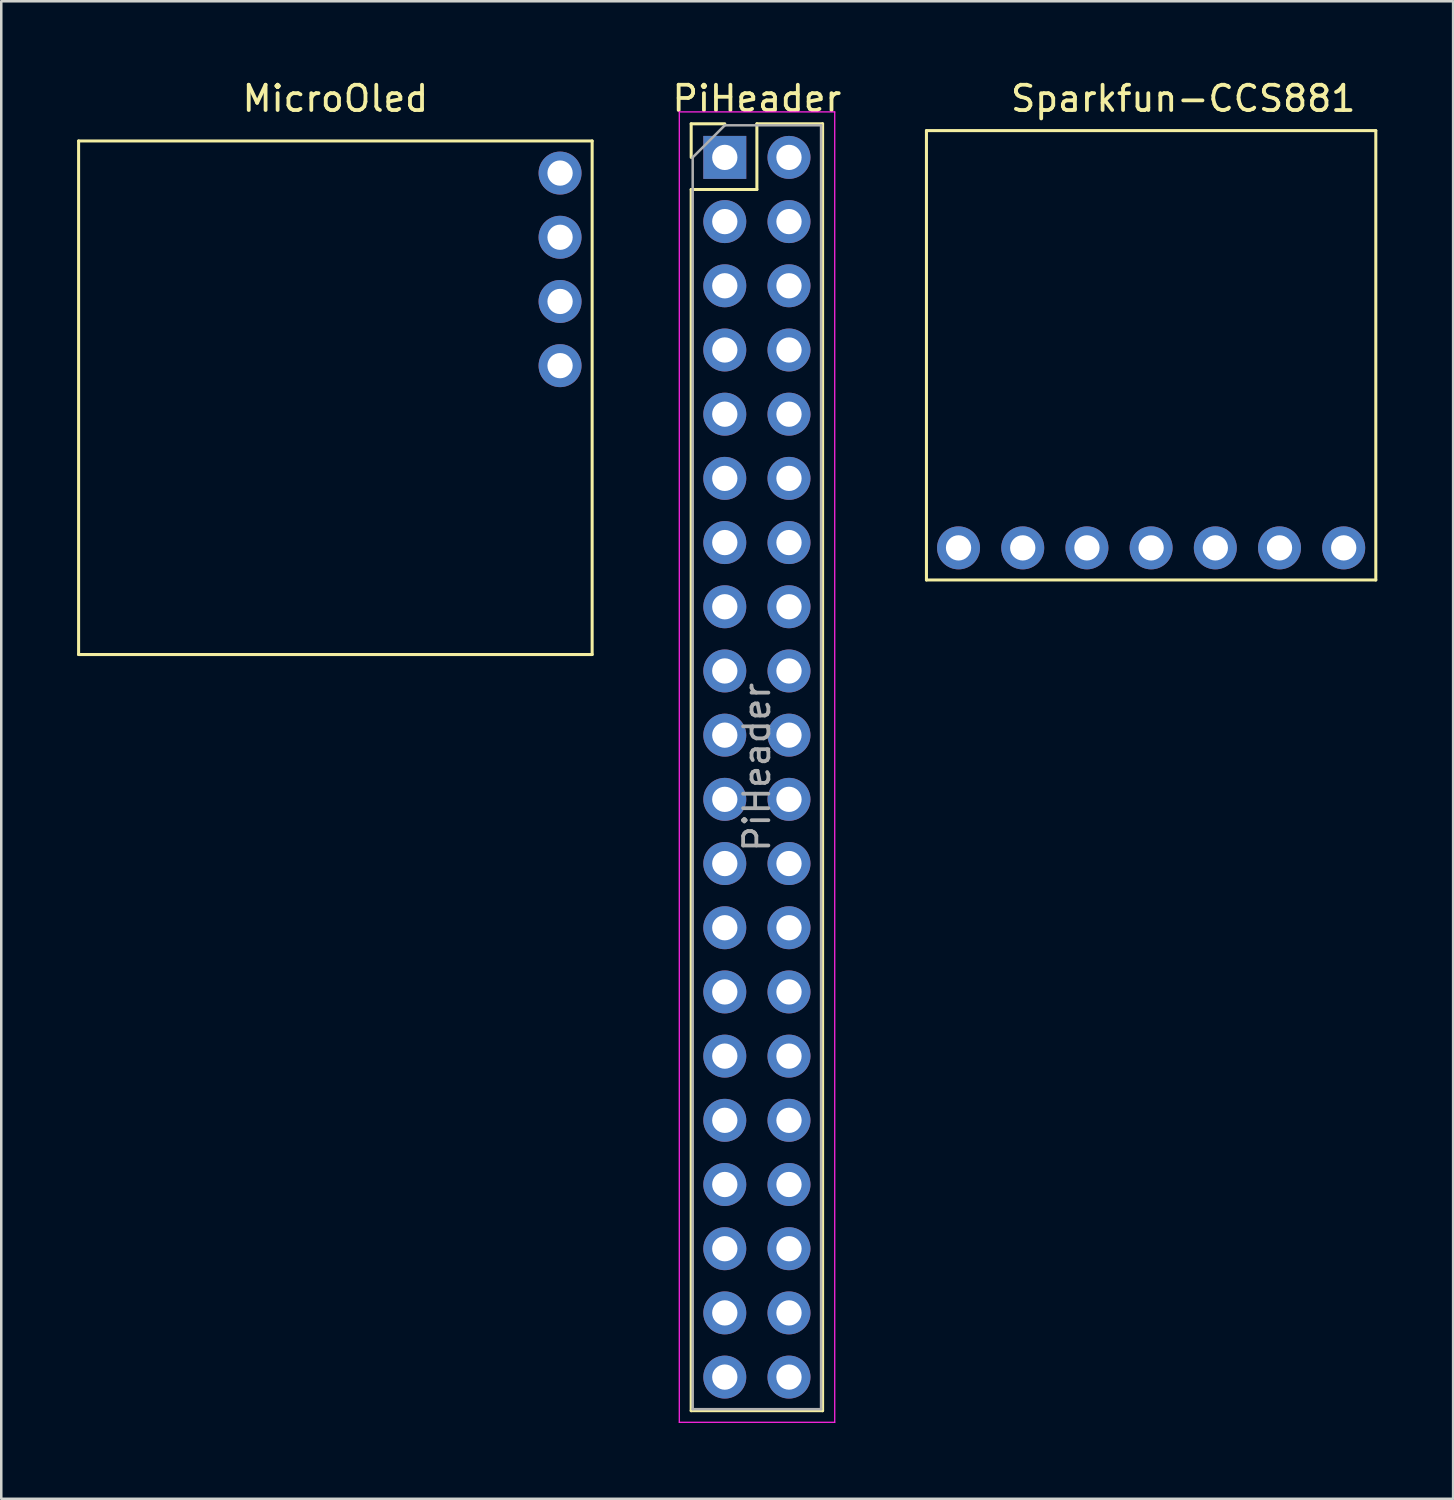
<source format=kicad_pcb>
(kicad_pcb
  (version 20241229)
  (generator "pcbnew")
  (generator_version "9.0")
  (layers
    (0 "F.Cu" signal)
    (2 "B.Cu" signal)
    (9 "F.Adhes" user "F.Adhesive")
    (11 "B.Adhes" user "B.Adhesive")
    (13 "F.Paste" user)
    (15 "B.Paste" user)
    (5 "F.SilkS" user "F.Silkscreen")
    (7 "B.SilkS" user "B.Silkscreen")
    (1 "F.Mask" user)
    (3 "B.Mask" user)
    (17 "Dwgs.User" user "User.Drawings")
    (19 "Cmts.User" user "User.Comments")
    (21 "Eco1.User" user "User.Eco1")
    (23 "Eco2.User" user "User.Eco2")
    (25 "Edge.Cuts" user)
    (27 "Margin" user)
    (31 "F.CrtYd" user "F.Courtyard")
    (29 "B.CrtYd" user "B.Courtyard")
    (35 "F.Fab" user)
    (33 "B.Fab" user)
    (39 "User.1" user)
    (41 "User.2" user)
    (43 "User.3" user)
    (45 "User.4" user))
  (footprint "PiHeader"
    (layer "F.Cu")
    (at 25.628 3.178)
    (property "Reference" "PiHeader" (at 1.27 -2.33 0) (layer "F.SilkS") (effects (font (size 1 1) (thickness 0.15))))
    (attr through_hole)
    (fp_line (start -1.33 -1.33) (end 0 -1.33) (stroke (width 0.12) (type solid)) (layer "F.SilkS"))
    (fp_line (start -1.33 0) (end -1.33 -1.33) (stroke (width 0.12) (type solid)) (layer "F.SilkS"))
    (fp_line (start -1.33 1.27) (end -1.33 49.59) (stroke (width 0.12) (type solid)) (layer "F.SilkS"))
    (fp_line (start -1.33 1.27) (end 1.27 1.27) (stroke (width 0.12) (type solid)) (layer "F.SilkS"))
    (fp_line (start -1.33 49.59) (end 3.87 49.59) (stroke (width 0.12) (type solid)) (layer "F.SilkS"))
    (fp_line (start 1.27 -1.33) (end 3.87 -1.33) (stroke (width 0.12) (type solid)) (layer "F.SilkS"))
    (fp_line (start 1.27 1.27) (end 1.27 -1.33) (stroke (width 0.12) (type solid)) (layer "F.SilkS"))
    (fp_line (start 3.87 -1.33) (end 3.87 49.59) (stroke (width 0.12) (type solid)) (layer "F.SilkS"))
    (fp_line (start -1.8 -1.8) (end -1.8 50.05) (stroke (width 0.05) (type solid)) (layer "F.CrtYd"))
    (fp_line (start -1.8 50.05) (end 4.35 50.05) (stroke (width 0.05) (type solid)) (layer "F.CrtYd"))
    (fp_line (start 4.35 -1.8) (end -1.8 -1.8) (stroke (width 0.05) (type solid)) (layer "F.CrtYd"))
    (fp_line (start 4.35 50.05) (end 4.35 -1.8) (stroke (width 0.05) (type solid)) (layer "F.CrtYd"))
    (fp_line (start -1.27 0) (end 0 -1.27) (stroke (width 0.1) (type solid)) (layer "F.Fab"))
    (fp_line (start -1.27 49.53) (end -1.27 0) (stroke (width 0.1) (type solid)) (layer "F.Fab"))
    (fp_line (start 0 -1.27) (end 3.81 -1.27) (stroke (width 0.1) (type solid)) (layer "F.Fab"))
    (fp_line (start 3.81 -1.27) (end 3.81 49.53) (stroke (width 0.1) (type solid)) (layer "F.Fab"))
    (fp_line (start 3.81 49.53) (end -1.27 49.53) (stroke (width 0.1) (type solid)) (layer "F.Fab"))
    (fp_text user "${REFERENCE}" (at 1.27 24.13 90) (layer "F.Fab") (effects (font (size 1 1) (thickness 0.15))))
    (pad "1" thru_hole rect (at 0 0) (size 1.7 1.7) (drill 1) (layers "*.Cu" "*.Mask"))
    (pad "2" thru_hole oval (at 2.54 0) (size 1.7 1.7) (drill 1) (layers "*.Cu" "*.Mask"))
    (pad "3" thru_hole oval (at 0 2.54) (size 1.7 1.7) (drill 1) (layers "*.Cu" "*.Mask"))
    (pad "4" thru_hole oval (at 2.54 2.54) (size 1.7 1.7) (drill 1) (layers "*.Cu" "*.Mask"))
    (pad "5" thru_hole oval (at 0 5.08) (size 1.7 1.7) (drill 1) (layers "*.Cu" "*.Mask"))
    (pad "6" thru_hole oval (at 2.54 5.08) (size 1.7 1.7) (drill 1) (layers "*.Cu" "*.Mask"))
    (pad "7" thru_hole oval (at 0 7.62) (size 1.7 1.7) (drill 1) (layers "*.Cu" "*.Mask"))
    (pad "8" thru_hole oval (at 2.54 7.62) (size 1.7 1.7) (drill 1) (layers "*.Cu" "*.Mask"))
    (pad "9" thru_hole oval (at 0 10.16) (size 1.7 1.7) (drill 1) (layers "*.Cu" "*.Mask"))
    (pad "10" thru_hole oval (at 2.54 10.16) (size 1.7 1.7) (drill 1) (layers "*.Cu" "*.Mask"))
    (pad "11" thru_hole oval (at 0 12.7) (size 1.7 1.7) (drill 1) (layers "*.Cu" "*.Mask"))
    (pad "12" thru_hole oval (at 2.54 12.7) (size 1.7 1.7) (drill 1) (layers "*.Cu" "*.Mask"))
    (pad "13" thru_hole oval (at 0 15.24) (size 1.7 1.7) (drill 1) (layers "*.Cu" "*.Mask"))
    (pad "14" thru_hole oval (at 2.54 15.24) (size 1.7 1.7) (drill 1) (layers "*.Cu" "*.Mask"))
    (pad "15" thru_hole oval (at 0 17.78) (size 1.7 1.7) (drill 1) (layers "*.Cu" "*.Mask"))
    (pad "16" thru_hole oval (at 2.54 17.78) (size 1.7 1.7) (drill 1) (layers "*.Cu" "*.Mask"))
    (pad "17" thru_hole oval (at 0 20.32) (size 1.7 1.7) (drill 1) (layers "*.Cu" "*.Mask"))
    (pad "18" thru_hole oval (at 2.54 20.32) (size 1.7 1.7) (drill 1) (layers "*.Cu" "*.Mask"))
    (pad "19" thru_hole oval (at 0 22.86) (size 1.7 1.7) (drill 1) (layers "*.Cu" "*.Mask"))
    (pad "20" thru_hole oval (at 2.54 22.86) (size 1.7 1.7) (drill 1) (layers "*.Cu" "*.Mask"))
    (pad "21" thru_hole oval (at 0 25.4) (size 1.7 1.7) (drill 1) (layers "*.Cu" "*.Mask"))
    (pad "22" thru_hole oval (at 2.54 25.4) (size 1.7 1.7) (drill 1) (layers "*.Cu" "*.Mask"))
    (pad "23" thru_hole oval (at 0 27.94) (size 1.7 1.7) (drill 1) (layers "*.Cu" "*.Mask"))
    (pad "24" thru_hole oval (at 2.54 27.94) (size 1.7 1.7) (drill 1) (layers "*.Cu" "*.Mask"))
    (pad "25" thru_hole oval (at 0 30.48) (size 1.7 1.7) (drill 1) (layers "*.Cu" "*.Mask"))
    (pad "26" thru_hole oval (at 2.54 30.48) (size 1.7 1.7) (drill 1) (layers "*.Cu" "*.Mask"))
    (pad "27" thru_hole oval (at 0 33.02) (size 1.7 1.7) (drill 1) (layers "*.Cu" "*.Mask"))
    (pad "28" thru_hole oval (at 2.54 33.02) (size 1.7 1.7) (drill 1) (layers "*.Cu" "*.Mask"))
    (pad "29" thru_hole oval (at 0 35.56) (size 1.7 1.7) (drill 1) (layers "*.Cu" "*.Mask"))
    (pad "30" thru_hole oval (at 2.54 35.56) (size 1.7 1.7) (drill 1) (layers "*.Cu" "*.Mask"))
    (pad "31" thru_hole oval (at 0 38.1) (size 1.7 1.7) (drill 1) (layers "*.Cu" "*.Mask"))
    (pad "32" thru_hole oval (at 2.54 38.1) (size 1.7 1.7) (drill 1) (layers "*.Cu" "*.Mask"))
    (pad "33" thru_hole oval (at 0 40.64) (size 1.7 1.7) (drill 1) (layers "*.Cu" "*.Mask"))
    (pad "34" thru_hole oval (at 2.54 40.64) (size 1.7 1.7) (drill 1) (layers "*.Cu" "*.Mask"))
    (pad "35" thru_hole oval (at 0 43.18) (size 1.7 1.7) (drill 1) (layers "*.Cu" "*.Mask"))
    (pad "36" thru_hole oval (at 2.54 43.18) (size 1.7 1.7) (drill 1) (layers "*.Cu" "*.Mask"))
    (pad "37" thru_hole oval (at 0 45.72) (size 1.7 1.7) (drill 1) (layers "*.Cu" "*.Mask"))
    (pad "38" thru_hole oval (at 2.54 45.72) (size 1.7 1.7) (drill 1) (layers "*.Cu" "*.Mask"))
    (pad "39" thru_hole oval (at 0 48.26) (size 1.7 1.7) (drill 1) (layers "*.Cu" "*.Mask"))
    (pad "40" thru_hole oval (at 2.54 48.26) (size 1.7 1.7) (drill 1) (layers "*.Cu" "*.Mask")))
  (footprint "MicroOled"
    (layer "F.Cu")
    (at 10.22 12.688)
    (property "Reference" "MicroOled" (at 0 -11.84 0) (layer "F.SilkS") (effects (font (size 1 1) (thickness 0.15))))
    (attr through_hole)
    (fp_line (start -10.16 -10.16) (end -10.16 10.16) (stroke (width 0.12) (type solid)) (layer "F.SilkS"))
    (fp_line (start -10.16 10.16) (end 10.16 10.16) (stroke (width 0.12) (type solid)) (layer "F.SilkS"))
    (fp_line (start 10.16 -10.16) (end -10.16 -10.16) (stroke (width 0.12) (type solid)) (layer "F.SilkS"))
    (fp_line (start 10.16 10.16) (end 10.16 -10.16) (stroke (width 0.12) (type solid)) (layer "F.SilkS"))
    (pad "1" thru_hole circle (at 8.89 -1.27) (size 1.7 1.7) (drill 1) (layers "*.Cu" "*.Mask"))
    (pad "2" thru_hole circle (at 8.89 -3.81) (size 1.7 1.7) (drill 1) (layers "*.Cu" "*.Mask"))
    (pad "3" thru_hole circle (at 8.89 -6.35) (size 1.7 1.7) (drill 1) (layers "*.Cu" "*.Mask"))
    (pad "4" thru_hole circle (at 8.89 -8.89) (size 1.7 1.7) (drill 1) (layers "*.Cu" "*.Mask")))
  (footprint "Sparkfun-CCS881"
    (layer "F.Cu")
    (at 33.607 2.118)
    (property "Reference" "Sparkfun-CCS881" (at 10.16 -1.27 0) (layer "F.SilkS") (effects (font (size 1 1) (thickness 0.15))))
    (attr through_hole)
    (fp_line (start 0 0) (end 0 17.78) (stroke (width 0.12) (type solid)) (layer "F.SilkS"))
    (fp_line (start 0 17.78) (end 17.78 17.78) (stroke (width 0.12) (type solid)) (layer "F.SilkS"))
    (fp_line (start 17.78 0) (end 0 0) (stroke (width 0.12) (type solid)) (layer "F.SilkS"))
    (fp_line (start 17.78 17.78) (end 17.78 0) (stroke (width 0.12) (type solid)) (layer "F.SilkS"))
    (pad "1" thru_hole circle (at 16.51 16.51 90) (size 1.7 1.7) (drill 1) (layers "*.Cu" "*.Mask"))
    (pad "2" thru_hole circle (at 13.97 16.51) (size 1.7 1.7) (drill 1) (layers "*.Cu" "*.Mask"))
    (pad "3" thru_hole circle (at 11.43 16.51) (size 1.7 1.7) (drill 1) (layers "*.Cu" "*.Mask"))
    (pad "4" thru_hole circle (at 8.89 16.51) (size 1.7 1.7) (drill 1) (layers "*.Cu" "*.Mask"))
    (pad "5" thru_hole circle (at 6.35 16.51) (size 1.7 1.7) (drill 1) (layers "*.Cu" "*.Mask"))
    (pad "6" thru_hole circle (at 3.81 16.51) (size 1.7 1.7) (drill 1) (layers "*.Cu" "*.Mask"))
    (pad "7" thru_hole circle (at 1.27 16.51) (size 1.7 1.7) (drill 1) (layers "*.Cu" "*.Mask")))
  (gr_rect
    (start -3 -3)
    (end 54.447 56.253)
    (stroke (width 0.1) (type default))
    (fill no)
    (layer "Edge.Cuts")))
</source>
